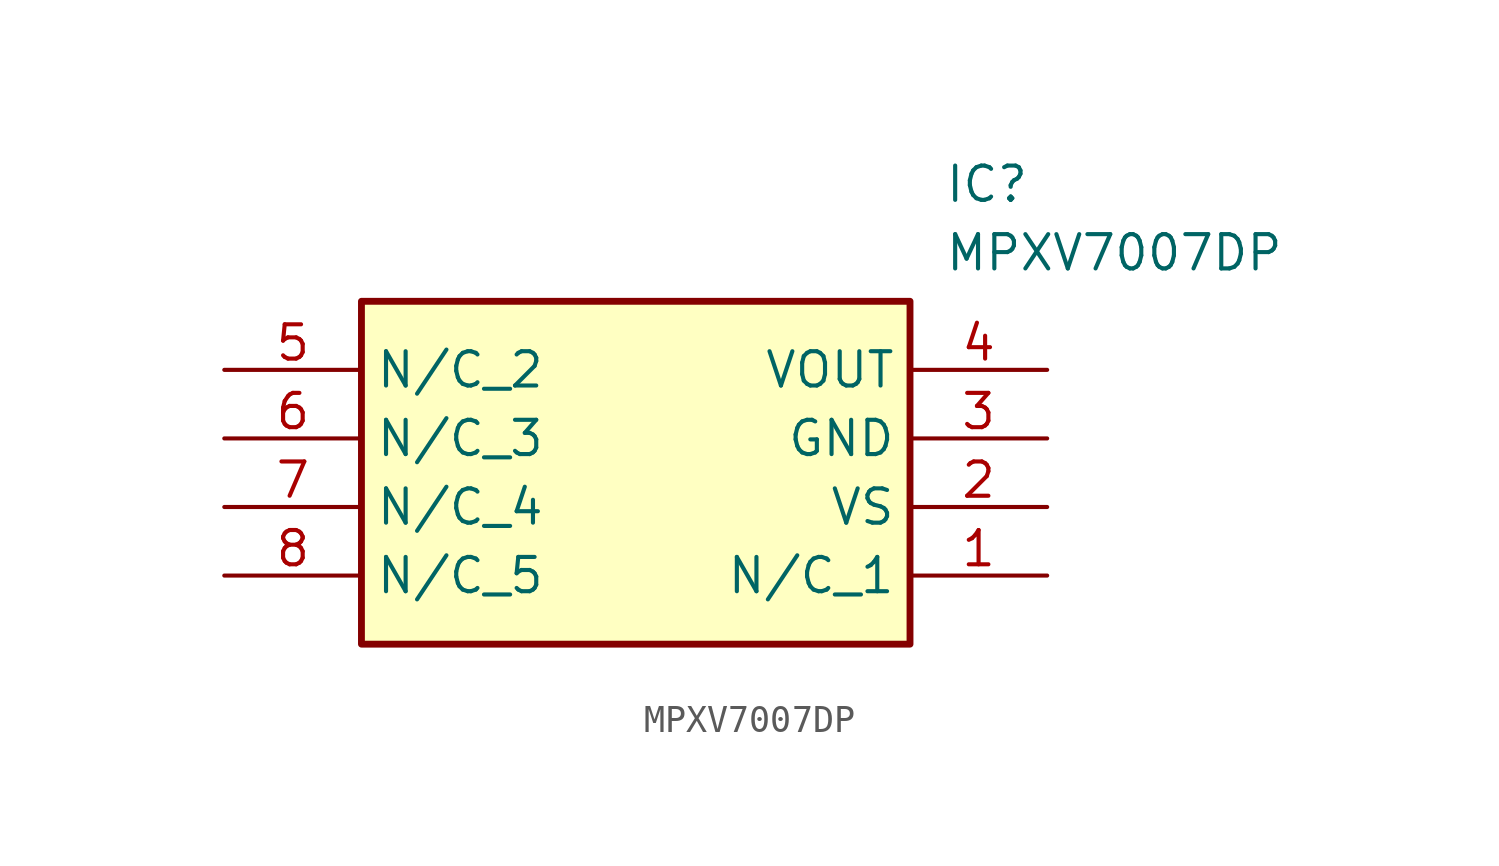
<source format=kicad_sym>
(kicad_symbol_lib
  (version 20211014)
  (generator SamacSys_ECAD_Model)
  (symbol "MPXV7007DP"
    (property "Reference" "IC"
      (at 26.67 7.62 0)
      (effects (font (size 1.27 1.27)) (justify left top)))
    (property "Value" "MPXV7007DP"
      (at 26.67 5.08 0)
      (effects (font (size 1.27 1.27)) (justify left top)))
    (rectangle
      (start 5.08 2.54)
      (end 25.4 -10.16)
      (stroke (width 0.254) (type default))
      (fill (type background)))
    (pin passive line
      (at 30.48 -7.62 180)
      (length 5.08)
      (name "N/C_1" (effects (font (size 1.27 1.27))))
      (number "1" (effects (font (size 1.27 1.27)))))
    (pin passive line
      (at 30.48 -5.08 180)
      (length 5.08)
      (name "VS" (effects (font (size 1.27 1.27))))
      (number "2" (effects (font (size 1.27 1.27)))))
    (pin passive line
      (at 30.48 -2.54 180)
      (length 5.08)
      (name "GND" (effects (font (size 1.27 1.27))))
      (number "3" (effects (font (size 1.27 1.27)))))
    (pin passive line
      (at 30.48 0 180)
      (length 5.08)
      (name "VOUT" (effects (font (size 1.27 1.27))))
      (number "4" (effects (font (size 1.27 1.27)))))
    (pin passive line
      (at 0 0 0)
      (length 5.08)
      (name "N/C_2" (effects (font (size 1.27 1.27))))
      (number "5" (effects (font (size 1.27 1.27)))))
    (pin passive line
      (at 0 -2.54 0)
      (length 5.08)
      (name "N/C_3" (effects (font (size 1.27 1.27))))
      (number "6" (effects (font (size 1.27 1.27)))))
    (pin passive line
      (at 0 -5.08 0)
      (length 5.08)
      (name "N/C_4" (effects (font (size 1.27 1.27))))
      (number "7" (effects (font (size 1.27 1.27)))))
    (pin passive line
      (at 0 -7.62 0)
      (length 5.08)
      (name "N/C_5" (effects (font (size 1.27 1.27))))
      (number "8" (effects (font (size 1.27 1.27)))))))
</source>
